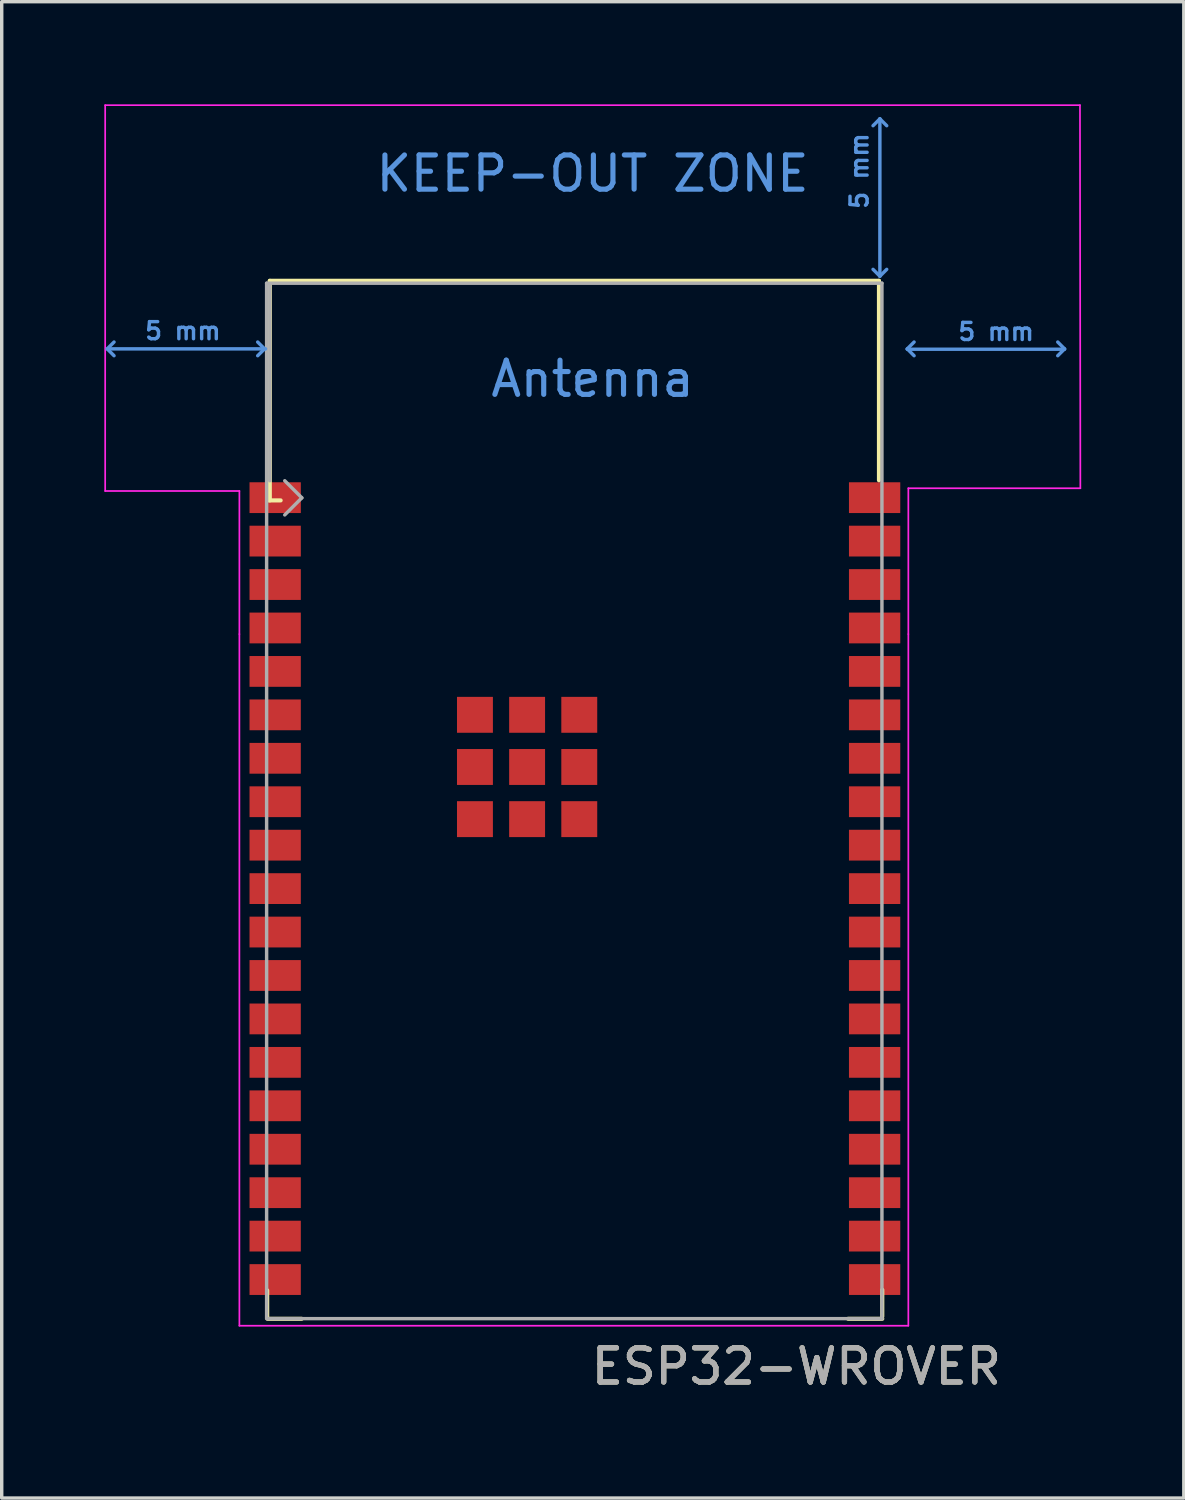
<source format=kicad_pcb>
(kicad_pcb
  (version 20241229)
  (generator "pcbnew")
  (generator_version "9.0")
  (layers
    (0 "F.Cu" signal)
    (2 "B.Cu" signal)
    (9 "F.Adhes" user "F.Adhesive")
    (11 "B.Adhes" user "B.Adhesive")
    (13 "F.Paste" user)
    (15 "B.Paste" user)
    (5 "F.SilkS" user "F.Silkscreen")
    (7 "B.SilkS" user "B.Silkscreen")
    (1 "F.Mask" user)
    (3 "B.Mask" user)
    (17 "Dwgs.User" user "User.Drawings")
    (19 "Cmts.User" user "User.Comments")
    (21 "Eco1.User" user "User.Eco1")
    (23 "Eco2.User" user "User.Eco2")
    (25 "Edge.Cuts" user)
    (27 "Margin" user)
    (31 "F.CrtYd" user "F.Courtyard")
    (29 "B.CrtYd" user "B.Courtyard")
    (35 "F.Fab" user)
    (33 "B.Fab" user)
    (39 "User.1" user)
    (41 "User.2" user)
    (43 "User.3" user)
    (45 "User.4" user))
  (footprint "ESP32-WROVER"
    (layer "F.Cu")
    (at 20.256 36.828)
    (property "Reference" "ESP32-WROVER" (at -0.021 0.072 0) (unlocked yes) (layer "F.SilkS") (effects (font (size 1 1) (thickness 0.15))))
    (attr smd)
    (fp_line (start -15.494 -2.152) (end -15.494 -1.372) (stroke (width 0.12) (type solid)) (layer "F.SilkS"))
    (fp_line (start -15.486 -1.321) (end -14.486 -1.321) (stroke (width 0.12) (type solid)) (layer "F.SilkS"))
    (fp_line (start -15.418 -31.668) (end -15.418 -25.248) (stroke (width 0.12) (type solid)) (layer "F.SilkS"))
    (fp_line (start -15.418 -31.668) (end 2.392 -31.668) (stroke (width 0.12) (type solid)) (layer "F.SilkS"))
    (fp_line (start -15.101 -25.248) (end -15.481 -25.248) (stroke (width 0.12) (type solid)) (layer "F.SilkS"))
    (fp_line (start 2.392 -31.668) (end 2.392 -25.836) (stroke (width 0.12) (type solid)) (layer "F.SilkS"))
    (fp_line (start 2.489 -2.168) (end 2.489 -1.388) (stroke (width 0.12) (type solid)) (layer "F.SilkS"))
    (fp_line (start 2.489 -1.321) (end 1.489 -1.321) (stroke (width 0.12) (type solid)) (layer "F.SilkS"))
    (fp_line (start -20.172 -29.678) (end -19.972 -29.878) (stroke (width 0.1) (type solid)) (layer "Cmts.User"))
    (fp_line (start -20.172 -29.678) (end -19.972 -29.478) (stroke (width 0.1) (type solid)) (layer "Cmts.User"))
    (fp_line (start -20.141 -29.678) (end -15.541 -29.678) (stroke (width 0.1) (type solid)) (layer "Cmts.User"))
    (fp_line (start -15.572 -29.678) (end -15.772 -29.878) (stroke (width 0.1) (type solid)) (layer "Cmts.User"))
    (fp_line (start -15.572 -29.678) (end -15.772 -29.478) (stroke (width 0.1) (type solid)) (layer "Cmts.User"))
    (fp_line (start 2.419 -36.403) (end 2.219 -36.203) (stroke (width 0.1) (type solid)) (layer "Cmts.User"))
    (fp_line (start 2.419 -36.403) (end 2.619 -36.203) (stroke (width 0.1) (type solid)) (layer "Cmts.User"))
    (fp_line (start 2.419 -31.803) (end 2.219 -32.003) (stroke (width 0.1) (type solid)) (layer "Cmts.User"))
    (fp_line (start 2.419 -31.803) (end 2.419 -36.403) (stroke (width 0.1) (type solid)) (layer "Cmts.User"))
    (fp_line (start 2.419 -31.803) (end 2.619 -32.003) (stroke (width 0.1) (type solid)) (layer "Cmts.User"))
    (fp_line (start 3.219 -29.678) (end 3.419 -29.878) (stroke (width 0.1) (type solid)) (layer "Cmts.User"))
    (fp_line (start 3.219 -29.678) (end 3.419 -29.478) (stroke (width 0.1) (type solid)) (layer "Cmts.User"))
    (fp_line (start 3.219 -29.667) (end 7.819 -29.667) (stroke (width 0.1) (type solid)) (layer "Cmts.User"))
    (fp_line (start 7.819 -29.678) (end 7.619 -29.878) (stroke (width 0.1) (type solid)) (layer "Cmts.User"))
    (fp_line (start 7.819 -29.678) (end 7.619 -29.478) (stroke (width 0.1) (type solid)) (layer "Cmts.User"))
    (fp_line (start -20.231 -36.803) (end -20.231 -25.523) (stroke (width 0.05) (type solid)) (layer "F.CrtYd"))
    (fp_line (start -20.231 -36.803) (end 8.269 -36.803) (stroke (width 0.05) (type solid)) (layer "F.CrtYd"))
    (fp_line (start -20.231 -25.523) (end -16.307 -25.523) (stroke (width 0.05) (type solid)) (layer "F.CrtYd"))
    (fp_line (start -16.307 -21.338) (end -16.307 -25.523) (stroke (width 0.05) (type solid)) (layer "F.CrtYd"))
    (fp_line (start -16.307 -1.118) (end -16.307 -21.338) (stroke (width 0.05) (type solid)) (layer "F.CrtYd"))
    (fp_line (start -16.307 -1.118) (end 3.251 -1.118) (stroke (width 0.05) (type solid)) (layer "F.CrtYd"))
    (fp_line (start 3.251 -25.603) (end 8.28 -25.603) (stroke (width 0.05) (type solid)) (layer "F.CrtYd"))
    (fp_line (start 3.251 -21.338) (end 3.251 -25.603) (stroke (width 0.05) (type solid)) (layer "F.CrtYd"))
    (fp_line (start 3.251 -21.338) (end 3.251 -1.118) (stroke (width 0.05) (type solid)) (layer "F.CrtYd"))
    (fp_line (start 8.269 -36.803) (end 8.28 -25.603) (stroke (width 0.05) (type solid)) (layer "F.CrtYd"))
    (fp_line (start -15.511 -31.598) (end -15.511 -1.325) (stroke (width 0.1) (type solid)) (layer "F.Fab"))
    (fp_line (start -15.511 -31.598) (end 2.479 -31.598) (stroke (width 0.1) (type solid)) (layer "F.Fab"))
    (fp_line (start -15.481 -1.325) (end 2.479 -1.325) (stroke (width 0.1) (type solid)) (layer "F.Fab"))
    (fp_line (start -15.418 -31.548) (end -15.418 -25.823) (stroke (width 0.1) (type solid)) (layer "F.Fab"))
    (fp_line (start -14.981 -24.823) (end -14.481 -25.323) (stroke (width 0.1) (type solid)) (layer "F.Fab"))
    (fp_line (start -14.481 -25.323) (end -14.981 -25.823) (stroke (width 0.1) (type solid)) (layer "F.Fab"))
    (fp_line (start 2.479 -1.325) (end 2.479 -31.598) (stroke (width 0.1) (type solid)) (layer "F.Fab"))
    (fp_text user "KEEP-OUT ZONE" (at -5.981 -34.803 0) (layer "Cmts.User") (effects (font (size 1 1) (thickness 0.15))))
    (fp_text user "5 mm" (at -17.958 -30.201 0) (layer "Cmts.User") (effects (font (size 0.5 0.5) (thickness 0.1))))
    (fp_text user "Antenna" (at -5.981 -28.803 0) (layer "Cmts.User") (effects (font (size 1 1) (thickness 0.15))))
    (fp_text user "5 mm" (at 5.819 -30.178 0) (layer "Cmts.User") (effects (font (size 0.5 0.5) (thickness 0.1))))
    (fp_text user "5 mm" (at 1.819 -34.878 90) (layer "Cmts.User") (effects (font (size 0.5 0.5) (thickness 0.1))))
    (fp_text user "${REFERENCE}" (at -0.021 0.072 0) (unlocked yes) (layer "F.Fab") (effects (font (size 1 1) (thickness 0.15))))
    (fp_text user "${REFERENCE}" (at -0.021 0.072 0) (layer "F.Fab") (effects (font (size 1 1) (thickness 0.15))))
    (pad "1" smd rect (at -15.261 -25.328) (size 1.5 0.9) (layers "F.Cu" "F.Mask" "F.Paste"))
    (pad "2" smd rect (at -15.261 -24.058) (size 1.5 0.9) (layers "F.Cu" "F.Mask" "F.Paste"))
    (pad "3" smd rect (at -15.261 -22.788) (size 1.5 0.9) (layers "F.Cu" "F.Mask" "F.Paste"))
    (pad "4" smd rect (at -15.261 -21.518) (size 1.5 0.9) (layers "F.Cu" "F.Mask" "F.Paste"))
    (pad "5" smd rect (at -15.261 -20.248) (size 1.5 0.9) (layers "F.Cu" "F.Mask" "F.Paste"))
    (pad "6" smd rect (at -15.261 -18.978) (size 1.5 0.9) (layers "F.Cu" "F.Mask" "F.Paste"))
    (pad "7" smd rect (at -15.261 -17.708) (size 1.5 0.9) (layers "F.Cu" "F.Mask" "F.Paste"))
    (pad "8" smd rect (at -15.261 -16.438) (size 1.5 0.9) (layers "F.Cu" "F.Mask" "F.Paste"))
    (pad "9" smd rect (at -15.261 -15.168) (size 1.5 0.9) (layers "F.Cu" "F.Mask" "F.Paste"))
    (pad "10" smd rect (at -15.261 -13.898) (size 1.5 0.9) (layers "F.Cu" "F.Mask" "F.Paste"))
    (pad "11" smd rect (at -15.261 -12.628) (size 1.5 0.9) (layers "F.Cu" "F.Mask" "F.Paste"))
    (pad "12" smd rect (at -15.261 -11.358) (size 1.5 0.9) (layers "F.Cu" "F.Mask" "F.Paste"))
    (pad "13" smd rect (at -15.261 -10.088) (size 1.5 0.9) (layers "F.Cu" "F.Mask" "F.Paste"))
    (pad "14" smd rect (at -15.261 -8.818) (size 1.5 0.9) (layers "F.Cu" "F.Mask" "F.Paste"))
    (pad "15" smd rect (at -15.261 -7.548) (size 1.5 0.9) (layers "F.Cu" "F.Mask" "F.Paste"))
    (pad "16" smd rect (at -15.261 -6.278) (size 1.5 0.9) (layers "F.Cu" "F.Mask" "F.Paste"))
    (pad "17" smd rect (at -15.261 -5.008) (size 1.5 0.9) (layers "F.Cu" "F.Mask" "F.Paste"))
    (pad "18" smd rect (at -15.261 -3.738) (size 1.5 0.9) (layers "F.Cu" "F.Mask" "F.Paste"))
    (pad "19" smd rect (at -15.261 -2.468) (size 1.5 0.9) (layers "F.Cu" "F.Mask" "F.Paste"))
    (pad "20" smd rect (at 2.265 -2.468) (size 1.5 0.9) (layers "F.Cu" "F.Mask" "F.Paste"))
    (pad "21" smd rect (at 2.265 -3.738) (size 1.5 0.9) (layers "F.Cu" "F.Mask" "F.Paste"))
    (pad "22" smd rect (at 2.265 -5.008) (size 1.5 0.9) (layers "F.Cu" "F.Mask" "F.Paste"))
    (pad "23" smd rect (at 2.265 -6.278) (size 1.5 0.9) (layers "F.Cu" "F.Mask" "F.Paste"))
    (pad "24" smd rect (at 2.265 -7.548) (size 1.5 0.9) (layers "F.Cu" "F.Mask" "F.Paste"))
    (pad "25" smd rect (at 2.265 -8.818) (size 1.5 0.9) (layers "F.Cu" "F.Mask" "F.Paste"))
    (pad "26" smd rect (at 2.265 -10.088) (size 1.5 0.9) (layers "F.Cu" "F.Mask" "F.Paste"))
    (pad "27" smd rect (at 2.265 -11.358) (size 1.5 0.9) (layers "F.Cu" "F.Mask" "F.Paste"))
    (pad "28" smd rect (at 2.265 -12.628) (size 1.5 0.9) (layers "F.Cu" "F.Mask" "F.Paste"))
    (pad "29" smd rect (at 2.265 -13.898) (size 1.5 0.9) (layers "F.Cu" "F.Mask" "F.Paste"))
    (pad "30" smd rect (at 2.265 -15.168) (size 1.5 0.9) (layers "F.Cu" "F.Mask" "F.Paste"))
    (pad "31" smd rect (at 2.265 -16.438) (size 1.5 0.9) (layers "F.Cu" "F.Mask" "F.Paste"))
    (pad "32" smd rect (at 2.265 -17.708) (size 1.5 0.9) (layers "F.Cu" "F.Mask" "F.Paste"))
    (pad "33" smd rect (at 2.265 -18.978) (size 1.5 0.9) (layers "F.Cu" "F.Mask" "F.Paste"))
    (pad "34" smd rect (at 2.265 -20.248) (size 1.5 0.9) (layers "F.Cu" "F.Mask" "F.Paste"))
    (pad "35" smd rect (at 2.265 -21.518) (size 1.5 0.9) (layers "F.Cu" "F.Mask" "F.Paste"))
    (pad "36" smd rect (at 2.265 -22.788) (size 1.5 0.9) (layers "F.Cu" "F.Mask" "F.Paste"))
    (pad "37" smd rect (at 2.265 -24.058) (size 1.5 0.9) (layers "F.Cu" "F.Mask" "F.Paste"))
    (pad "38" smd rect (at 2.265 -25.328) (size 1.5 0.9) (layers "F.Cu" "F.Mask" "F.Paste"))
    (pad "39" smd rect (at -9.42 -18.979) (size 1.05 1.05) (layers "F.Cu" "F.Mask" "F.Paste"))
    (pad "39" smd rect (at -9.42 -17.454) (size 1.05 1.05) (layers "F.Cu" "F.Mask" "F.Paste"))
    (pad "39" smd rect (at -9.42 -15.929) (size 1.05 1.05) (layers "F.Cu" "F.Mask" "F.Paste"))
    (pad "39" smd rect (at -7.895 -18.979) (size 1.05 1.05) (layers "F.Cu" "F.Mask" "F.Paste"))
    (pad "39" smd rect (at -7.895 -17.454) (size 1.05 1.05) (layers "F.Cu" "F.Mask" "F.Paste"))
    (pad "39" smd rect (at -7.895 -15.929) (size 1.05 1.05) (layers "F.Cu" "F.Mask" "F.Paste"))
    (pad "39" smd rect (at -6.37 -18.979) (size 1.05 1.05) (layers "F.Cu" "F.Mask" "F.Paste"))
    (pad "39" smd rect (at -6.37 -17.454) (size 1.05 1.05) (layers "F.Cu" "F.Mask" "F.Paste"))
    (pad "39" smd rect (at -6.37 -15.929) (size 1.05 1.05) (layers "F.Cu" "F.Mask" "F.Paste"))
    (zone (net_name "") (layers "F.Cu" "B.Cu") (hatch full 0.508) (connect_pads) (min_thickness 0.254) (filled_areas_thickness no) (keepout (tracks not_allowed) (vias not_allowed) (pads not_allowed) (copperpour not_allowed) (footprints not_allowed)) (placement (enabled no)) (fill) (polygon (pts (xy 0.275 11.055) (xy 28.275 11.055) (xy 28.275 0.275) (xy 0.275 0.275)))))
  (gr_rect
    (start -3 -3)
    (end 31.561 40.748)
    (stroke (width 0.1) (type default))
    (fill no)
    (layer "Edge.Cuts")))
</source>
